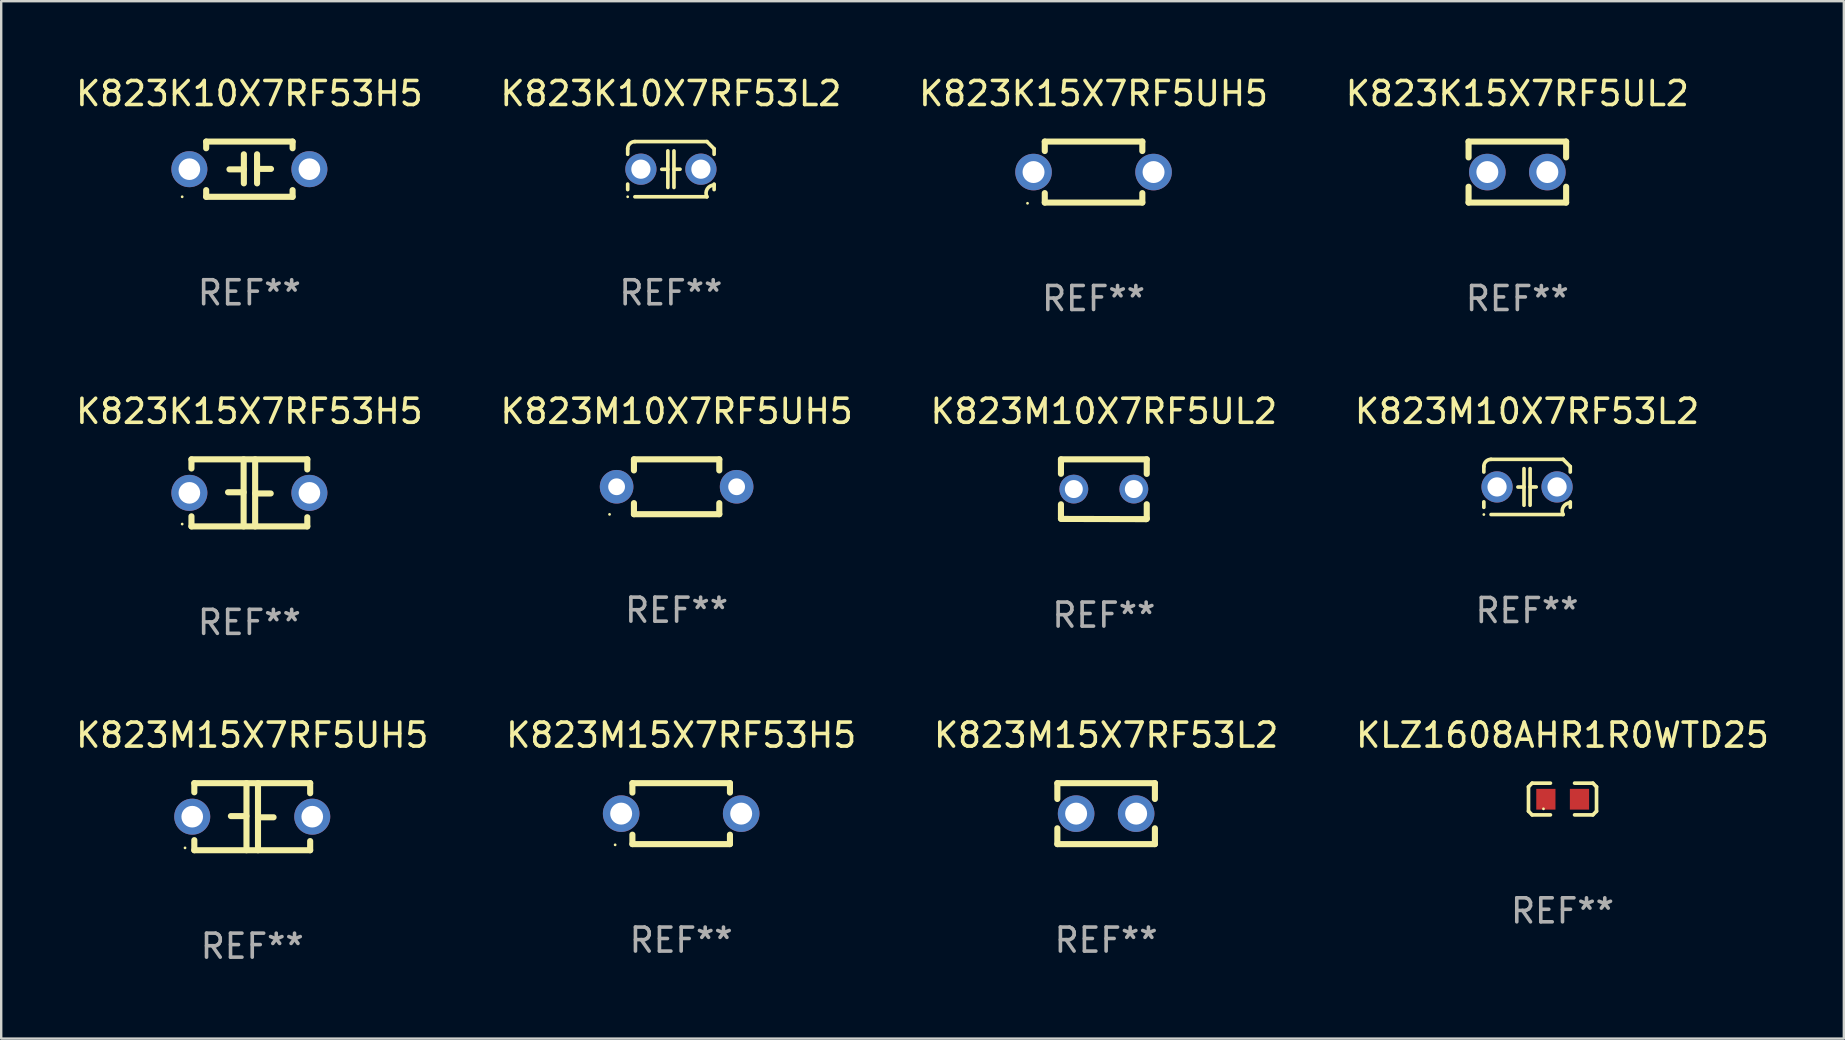
<source format=kicad_pcb>
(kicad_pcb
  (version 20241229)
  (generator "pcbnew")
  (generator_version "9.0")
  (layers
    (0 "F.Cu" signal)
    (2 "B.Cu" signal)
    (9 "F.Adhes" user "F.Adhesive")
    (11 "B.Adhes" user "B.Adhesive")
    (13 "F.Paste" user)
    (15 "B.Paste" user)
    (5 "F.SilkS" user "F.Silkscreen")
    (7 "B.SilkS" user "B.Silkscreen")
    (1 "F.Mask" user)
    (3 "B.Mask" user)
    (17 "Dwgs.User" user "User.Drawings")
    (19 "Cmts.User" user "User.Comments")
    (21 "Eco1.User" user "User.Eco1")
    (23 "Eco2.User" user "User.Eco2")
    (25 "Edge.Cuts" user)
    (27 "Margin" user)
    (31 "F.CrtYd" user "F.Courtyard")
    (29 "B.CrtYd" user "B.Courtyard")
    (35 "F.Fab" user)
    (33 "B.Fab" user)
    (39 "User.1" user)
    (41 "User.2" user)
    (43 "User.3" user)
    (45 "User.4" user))
  (footprint "K823K15X7RF53H5"
    (layer "F.Cu")
    (at 7.339 17.482)
    (property "Reference" "K823K15X7RF53H5" (at 0 -3.397 0) (layer "F.SilkS") (effects (font (size 1 1) (thickness 0.15))))
    (attr through_hole)
    (fp_line (start -2.413 -1.397) (end 2.413 -1.397) (stroke (width 0.254) (type solid)) (layer "F.SilkS"))
    (fp_line (start -2.413 -1.016) (end -2.413 -1.397) (stroke (width 0.254) (type solid)) (layer "F.SilkS"))
    (fp_line (start -2.413 0.977) (end -2.413 1.397) (stroke (width 0.254) (type solid)) (layer "F.SilkS"))
    (fp_line (start -0.24 -0.025) (end -0.889 -0.025) (stroke (width 0.254) (type solid)) (layer "F.SilkS"))
    (fp_line (start -0.24 1.397) (end -0.24 -1.397) (stroke (width 0.254) (type solid)) (layer "F.SilkS"))
    (fp_line (start 0.24 -1.397) (end 0.24 1.397) (stroke (width 0.254) (type solid)) (layer "F.SilkS"))
    (fp_line (start 0.24 0.025) (end 0.889 0.025) (stroke (width 0.254) (type solid)) (layer "F.SilkS"))
    (fp_line (start 2.413 -0.977) (end 2.413 -1.397) (stroke (width 0.254) (type solid)) (layer "F.SilkS"))
    (fp_line (start 2.413 1.016) (end 2.413 1.397) (stroke (width 0.254) (type solid)) (layer "F.SilkS"))
    (fp_line (start 2.413 1.397) (end -2.413 1.397) (stroke (width 0.254) (type solid)) (layer "F.SilkS"))
    (fp_circle (center -2.8 1.3) (end -2.77 1.3) (stroke (width 0.06) (type solid)) (fill no) (layer "F.SilkS"))
    (fp_text user "REF**" (at 0 5.397 0) (layer "F.Fab") (effects (font (size 1 1) (thickness 0.15))))
    (pad "1" thru_hole circle (at -2.5 0) (size 1.5 1.5) (drill 0.9) (layers "*.Cu" "*.Mask"))
    (pad "2" thru_hole circle (at 2.5 0) (size 1.5 1.5) (drill 0.9) (layers "*.Cu" "*.Mask")))
  (footprint "K823M15X7RF53H5"
    (layer "F.Cu")
    (at 25.327 30.845)
    (property "Reference" "K823M15X7RF53H5" (at 0 -3.27 0) (layer "F.SilkS") (effects (font (size 1 1) (thickness 0.15))))
    (attr through_hole)
    (fp_line (start -2.032 -1.27) (end -2.032 -0.876) (stroke (width 0.254) (type solid)) (layer "F.SilkS"))
    (fp_line (start -2.032 0.876) (end -2.032 1.27) (stroke (width 0.254) (type solid)) (layer "F.SilkS"))
    (fp_line (start -2.032 1.27) (end 2.032 1.27) (stroke (width 0.254) (type solid)) (layer "F.SilkS"))
    (fp_line (start 2.032 -1.27) (end -2.032 -1.27) (stroke (width 0.254) (type solid)) (layer "F.SilkS"))
    (fp_line (start 2.032 -0.876) (end 2.032 -1.27) (stroke (width 0.254) (type solid)) (layer "F.SilkS"))
    (fp_line (start 2.032 1.27) (end 2.032 0.876) (stroke (width 0.254) (type solid)) (layer "F.SilkS"))
    (fp_circle (center -2.751 1.3) (end -2.721 1.3) (stroke (width 0.06) (type solid)) (fill no) (layer "F.SilkS"))
    (fp_text user "REF**" (at 0 5.27 0) (layer "F.Fab") (effects (font (size 1 1) (thickness 0.15))))
    (pad "1" thru_hole circle (at -2.5 0) (size 1.524 1.524) (drill 0.914) (layers "*.Cu" "*.Mask"))
    (pad "2" thru_hole circle (at 2.5 0) (size 1.524 1.524) (drill 0.914) (layers "*.Cu" "*.Mask")))
  (footprint "K823K15X7RF5UH5"
    (layer "F.Cu")
    (at 42.506 4.118)
    (property "Reference" "K823K15X7RF5UH5" (at 0 -3.27 0) (layer "F.SilkS") (effects (font (size 1 1) (thickness 0.15))))
    (attr through_hole)
    (fp_line (start -2.032 -1.27) (end -2.032 -0.876) (stroke (width 0.254) (type solid)) (layer "F.SilkS"))
    (fp_line (start -2.032 0.876) (end -2.032 1.27) (stroke (width 0.254) (type solid)) (layer "F.SilkS"))
    (fp_line (start -2.032 1.27) (end 2.032 1.27) (stroke (width 0.254) (type solid)) (layer "F.SilkS"))
    (fp_line (start 2.032 -1.27) (end -2.032 -1.27) (stroke (width 0.254) (type solid)) (layer "F.SilkS"))
    (fp_line (start 2.032 -0.876) (end 2.032 -1.27) (stroke (width 0.254) (type solid)) (layer "F.SilkS"))
    (fp_line (start 2.032 1.27) (end 2.032 0.876) (stroke (width 0.254) (type solid)) (layer "F.SilkS"))
    (fp_circle (center -2.751 1.3) (end -2.721 1.3) (stroke (width 0.06) (type solid)) (fill no) (layer "F.SilkS"))
    (fp_text user "REF**" (at 0 5.27 0) (layer "F.Fab") (effects (font (size 1 1) (thickness 0.15))))
    (pad "1" thru_hole circle (at -2.5 0) (size 1.524 1.524) (drill 0.914) (layers "*.Cu" "*.Mask"))
    (pad "2" thru_hole circle (at 2.5 0) (size 1.524 1.524) (drill 0.914) (layers "*.Cu" "*.Mask")))
  (footprint "K823K10X7RF53L2"
    (layer "F.Cu")
    (at 24.899 3.998)
    (property "Reference" "K823K10X7RF53L2" (at 0 -3.15 0) (layer "F.SilkS") (effects (font (size 1 1) (thickness 0.15))))
    (attr through_hole)
    (fp_line (start -1.8 -0.621) (end -1.8 -0.85) (stroke (width 0.152) (type solid)) (layer "F.SilkS"))
    (fp_line (start -1.8 0.85) (end -1.8 0.621) (stroke (width 0.152) (type solid)) (layer "F.SilkS"))
    (fp_line (start -1.5 -1.15) (end 1.5 -1.15) (stroke (width 0.152) (type solid)) (layer "F.SilkS"))
    (fp_line (start -0.127 -0.762) (end -0.127 0.762) (stroke (width 0.152) (type solid)) (layer "F.SilkS"))
    (fp_line (start -0.127 0.005) (end -0.381 0.005) (stroke (width 0.152) (type solid)) (layer "F.SilkS"))
    (fp_line (start 0.127 -0.762) (end 0.127 0.762) (stroke (width 0.152) (type solid)) (layer "F.SilkS"))
    (fp_line (start 0.127 0.002) (end 0.381 0.002) (stroke (width 0.152) (type solid)) (layer "F.SilkS"))
    (fp_line (start 1.5 1.15) (end -1.5 1.15) (stroke (width 0.152) (type solid)) (layer "F.SilkS"))
    (fp_line (start 1.8 -0.85) (end 1.8 -0.621) (stroke (width 0.152) (type solid)) (layer "F.SilkS"))
    (fp_line (start 1.8 0.621) (end 1.8 0.85) (stroke (width 0.152) (type solid)) (layer "F.SilkS"))
    (fp_arc (start -1.799975 -0.849987) (mid -1.712107 -1.062119) (end -1.499975 -1.149987) (stroke (width 0.151994) (type solid)) (layer "F.SilkS"))
    (fp_arc (start 1.499975 1.149987) (mid 1.513726 0.822359) (end 1.799975 0.662387) (stroke (width 0.151994) (type solid)) (layer "F.SilkS"))
    (fp_arc (start 1.500001 -1.149986) (mid 1.650015 -1.000001) (end 1.8 -0.849987) (stroke (width 0.151994) (type solid)) (layer "F.SilkS"))
    (fp_circle (center -1.8 1.15) (end -1.77 1.15) (stroke (width 0.06) (type solid)) (fill no) (layer "F.SilkS"))
    (fp_text user "REF**" (at 0 5.15 0) (layer "F.Fab") (effects (font (size 1 1) (thickness 0.15))))
    (pad "1" thru_hole circle (at -1.25 0) (size 1.3 1.3) (drill 0.8) (layers "*.Cu" "*.Mask"))
    (pad "2" thru_hole circle (at 1.25 0) (size 1.3 1.3) (drill 0.8) (layers "*.Cu" "*.Mask")))
  (footprint "K823M15X7RF53L2"
    (layer "F.Cu")
    (at 43.03 30.845)
    (property "Reference" "K823M15X7RF53L2" (at 0 -3.27 0) (layer "F.SilkS") (effects (font (size 1 1) (thickness 0.15))))
    (attr through_hole)
    (fp_line (start -2.032 -1.27) (end -2.032 -0.611) (stroke (width 0.254) (type solid)) (layer "F.SilkS"))
    (fp_line (start -2.032 0.611) (end -2.032 1.27) (stroke (width 0.254) (type solid)) (layer "F.SilkS"))
    (fp_line (start -2.032 1.27) (end 2.032 1.27) (stroke (width 0.254) (type solid)) (layer "F.SilkS"))
    (fp_line (start 2.032 -1.27) (end -2.032 -1.27) (stroke (width 0.254) (type solid)) (layer "F.SilkS"))
    (fp_line (start 2.032 -0.611) (end 2.032 -1.27) (stroke (width 0.254) (type solid)) (layer "F.SilkS"))
    (fp_line (start 2.032 1.27) (end 2.032 0.611) (stroke (width 0.254) (type solid)) (layer "F.SilkS"))
    (fp_circle (center -2 1.3) (end -1.97 1.3) (stroke (width 0.06) (type solid)) (fill no) (layer "F.SilkS"))
    (fp_text user "REF**" (at 0 5.27 0) (layer "F.Fab") (effects (font (size 1 1) (thickness 0.15))))
    (pad "1" thru_hole circle (at -1.25 0) (size 1.524 1.524) (drill 0.914) (layers "*.Cu" "*.Mask"))
    (pad "2" thru_hole circle (at 1.25 0) (size 1.524 1.524) (drill 0.914) (layers "*.Cu" "*.Mask")))
  (footprint "K823M15X7RF5UH5"
    (layer "F.Cu")
    (at 7.458 30.972)
    (property "Reference" "K823M15X7RF5UH5" (at 0 -3.397 0) (layer "F.SilkS") (effects (font (size 1 1) (thickness 0.15))))
    (attr through_hole)
    (fp_line (start -2.413 -1.397) (end 2.413 -1.397) (stroke (width 0.254) (type solid)) (layer "F.SilkS"))
    (fp_line (start -2.413 -1.016) (end -2.413 -1.397) (stroke (width 0.254) (type solid)) (layer "F.SilkS"))
    (fp_line (start -2.413 0.977) (end -2.413 1.397) (stroke (width 0.254) (type solid)) (layer "F.SilkS"))
    (fp_line (start -0.24 -0.025) (end -0.889 -0.025) (stroke (width 0.254) (type solid)) (layer "F.SilkS"))
    (fp_line (start -0.24 1.397) (end -0.24 -1.397) (stroke (width 0.254) (type solid)) (layer "F.SilkS"))
    (fp_line (start 0.24 -1.397) (end 0.24 1.397) (stroke (width 0.254) (type solid)) (layer "F.SilkS"))
    (fp_line (start 0.24 0.025) (end 0.889 0.025) (stroke (width 0.254) (type solid)) (layer "F.SilkS"))
    (fp_line (start 2.413 -0.977) (end 2.413 -1.397) (stroke (width 0.254) (type solid)) (layer "F.SilkS"))
    (fp_line (start 2.413 1.016) (end 2.413 1.397) (stroke (width 0.254) (type solid)) (layer "F.SilkS"))
    (fp_line (start 2.413 1.397) (end -2.413 1.397) (stroke (width 0.254) (type solid)) (layer "F.SilkS"))
    (fp_circle (center -2.8 1.3) (end -2.77 1.3) (stroke (width 0.06) (type solid)) (fill no) (layer "F.SilkS"))
    (fp_text user "REF**" (at 0 5.397 0) (layer "F.Fab") (effects (font (size 1 1) (thickness 0.15))))
    (pad "1" thru_hole circle (at -2.5 0) (size 1.5 1.5) (drill 0.9) (layers "*.Cu" "*.Mask"))
    (pad "2" thru_hole circle (at 2.5 0) (size 1.5 1.5) (drill 0.9) (layers "*.Cu" "*.Mask")))
  (footprint "K823M10X7RF5UH5"
    (layer "F.Cu")
    (at 25.137 17.228)
    (property "Reference" "K823M10X7RF5UH5" (at 0 -3.143 0) (layer "F.SilkS") (effects (font (size 1 1) (thickness 0.15))))
    (attr through_hole)
    (fp_line (start -1.778 -1.143) (end 1.778 -1.143) (stroke (width 0.254) (type solid)) (layer "F.SilkS"))
    (fp_line (start -1.778 -0.681) (end -1.778 -1.143) (stroke (width 0.254) (type solid)) (layer "F.SilkS"))
    (fp_line (start -1.778 1.143) (end -1.778 0.681) (stroke (width 0.254) (type solid)) (layer "F.SilkS"))
    (fp_line (start 1.778 -1.143) (end 1.778 -0.681) (stroke (width 0.254) (type solid)) (layer "F.SilkS"))
    (fp_line (start 1.778 0.681) (end 1.778 1.143) (stroke (width 0.254) (type solid)) (layer "F.SilkS"))
    (fp_line (start 1.778 1.143) (end -1.778 1.143) (stroke (width 0.254) (type solid)) (layer "F.SilkS"))
    (fp_circle (center -2.794 1.15) (end -2.764 1.15) (stroke (width 0.06) (type solid)) (fill no) (layer "F.SilkS"))
    (fp_text user "REF**" (at 0 5.143 0) (layer "F.Fab") (effects (font (size 1 1) (thickness 0.15))))
    (pad "1" thru_hole circle (at -2.5 0) (size 1.4 1.4) (drill 0.7) (layers "*.Cu" "*.Mask"))
    (pad "2" thru_hole circle (at 2.5 0) (size 1.4 1.4) (drill 0.7) (layers "*.Cu" "*.Mask")))
  (footprint "KLZ1608AHR1R0WTD25"
    (layer "F.Cu")
    (at 62.042 30.236)
    (property "Reference" "KLZ1608AHR1R0WTD25" (at 0 -2.661 0) (layer "F.SilkS") (effects (font (size 1 1) (thickness 0.15))))
    (attr through_hole)
    (fp_line (start -1.417 -0.508) (end -1.265 -0.661) (stroke (width 0.152) (type solid)) (layer "F.SilkS"))
    (fp_line (start -1.417 0.508) (end -1.417 -0.508) (stroke (width 0.152) (type solid)) (layer "F.SilkS"))
    (fp_line (start -1.265 -0.661) (end -0.503 -0.661) (stroke (width 0.152) (type solid)) (layer "F.SilkS"))
    (fp_line (start -1.265 0.661) (end -1.417 0.508) (stroke (width 0.152) (type solid)) (layer "F.SilkS"))
    (fp_line (start -1.265 0.661) (end -0.503 0.661) (stroke (width 0.152) (type solid)) (layer "F.SilkS"))
    (fp_line (start 1.265 -0.661) (end 0.503 -0.661) (stroke (width 0.152) (type solid)) (layer "F.SilkS"))
    (fp_line (start 1.265 -0.661) (end 1.417 -0.508) (stroke (width 0.152) (type solid)) (layer "F.SilkS"))
    (fp_line (start 1.265 0.661) (end 0.503 0.661) (stroke (width 0.152) (type solid)) (layer "F.SilkS"))
    (fp_line (start 1.417 -0.508) (end 1.417 0.508) (stroke (width 0.152) (type solid)) (layer "F.SilkS"))
    (fp_line (start 1.417 0.508) (end 1.265 0.661) (stroke (width 0.152) (type solid)) (layer "F.SilkS"))
    (fp_circle (center -0.793 0.409) (end -0.763 0.409) (stroke (width 0.06) (type solid)) (fill no) (layer "F.SilkS"))
    (fp_text user "REF**" (at 0 4.661 0) (layer "F.Fab") (effects (font (size 1 1) (thickness 0.15))))
    (pad "1" smd rect (at -0.693 0.009 180) (size 0.8 0.864) (layers "F.Cu" "F.Mask" "F.Paste"))
    (pad "2" smd rect (at 0.707 0.009 180) (size 0.8 0.864) (layers "F.Cu" "F.Mask" "F.Paste")))
  (footprint "K823M10X7RF53L2"
    (layer "F.Cu")
    (at 60.565 17.235)
    (property "Reference" "K823M10X7RF53L2" (at 0 -3.15 0) (layer "F.SilkS") (effects (font (size 1 1) (thickness 0.15))))
    (attr through_hole)
    (fp_line (start -1.8 -0.621) (end -1.8 -0.85) (stroke (width 0.152) (type solid)) (layer "F.SilkS"))
    (fp_line (start -1.8 0.85) (end -1.8 0.621) (stroke (width 0.152) (type solid)) (layer "F.SilkS"))
    (fp_line (start -1.5 -1.15) (end 1.5 -1.15) (stroke (width 0.152) (type solid)) (layer "F.SilkS"))
    (fp_line (start -0.127 -0.762) (end -0.127 0.762) (stroke (width 0.152) (type solid)) (layer "F.SilkS"))
    (fp_line (start -0.127 0.005) (end -0.381 0.005) (stroke (width 0.152) (type solid)) (layer "F.SilkS"))
    (fp_line (start 0.127 -0.762) (end 0.127 0.762) (stroke (width 0.152) (type solid)) (layer "F.SilkS"))
    (fp_line (start 0.127 0.002) (end 0.381 0.002) (stroke (width 0.152) (type solid)) (layer "F.SilkS"))
    (fp_line (start 1.5 1.15) (end -1.5 1.15) (stroke (width 0.152) (type solid)) (layer "F.SilkS"))
    (fp_line (start 1.8 -0.85) (end 1.8 -0.621) (stroke (width 0.152) (type solid)) (layer "F.SilkS"))
    (fp_line (start 1.8 0.621) (end 1.8 0.85) (stroke (width 0.152) (type solid)) (layer "F.SilkS"))
    (fp_arc (start -1.799975 -0.849987) (mid -1.712107 -1.062119) (end -1.499975 -1.149987) (stroke (width 0.151994) (type solid)) (layer "F.SilkS"))
    (fp_arc (start 1.499975 1.149987) (mid 1.513726 0.822359) (end 1.799975 0.662387) (stroke (width 0.151994) (type solid)) (layer "F.SilkS"))
    (fp_arc (start 1.500001 -1.149986) (mid 1.650015 -1.000001) (end 1.8 -0.849987) (stroke (width 0.151994) (type solid)) (layer "F.SilkS"))
    (fp_circle (center -1.8 1.15) (end -1.77 1.15) (stroke (width 0.06) (type solid)) (fill no) (layer "F.SilkS"))
    (fp_text user "REF**" (at 0 5.15 0) (layer "F.Fab") (effects (font (size 1 1) (thickness 0.15))))
    (pad "1" thru_hole circle (at -1.25 0) (size 1.3 1.3) (drill 0.8) (layers "*.Cu" "*.Mask"))
    (pad "2" thru_hole circle (at 1.25 0) (size 1.3 1.3) (drill 0.8) (layers "*.Cu" "*.Mask")))
  (footprint "K823K10X7RF53H5"
    (layer "F.Cu")
    (at 7.339 3.998)
    (property "Reference" "K823K10X7RF53H5" (at 0 -3.15 0) (layer "F.SilkS") (effects (font (size 1 1) (thickness 0.15))))
    (attr through_hole)
    (fp_line (start -1.8 -1.15) (end -1.8 -0.872) (stroke (width 0.254) (type solid)) (layer "F.SilkS"))
    (fp_line (start -1.8 -1.15) (end 1.8 -1.15) (stroke (width 0.254) (type solid)) (layer "F.SilkS"))
    (fp_line (start -1.8 0.872) (end -1.8 1.15) (stroke (width 0.254) (type solid)) (layer "F.SilkS"))
    (fp_line (start -1.8 1.15) (end 1.8 1.15) (stroke (width 0.254) (type solid)) (layer "F.SilkS"))
    (fp_line (start -0.23 -0.62) (end -0.23 0.59) (stroke (width 0.254) (type solid)) (layer "F.SilkS"))
    (fp_line (start -0.23 0.007) (end -0.83 0.007) (stroke (width 0.254) (type solid)) (layer "F.SilkS"))
    (fp_line (start 0.32 -0.62) (end 0.32 0.59) (stroke (width 0.254) (type solid)) (layer "F.SilkS"))
    (fp_line (start 0.32 -0.012) (end 0.9 -0.012) (stroke (width 0.254) (type solid)) (layer "F.SilkS"))
    (fp_line (start 1.8 -1.15) (end 1.8 -0.872) (stroke (width 0.254) (type solid)) (layer "F.SilkS"))
    (fp_line (start 1.8 0.872) (end 1.8 1.15) (stroke (width 0.254) (type solid)) (layer "F.SilkS"))
    (fp_circle (center -2.8 1.15) (end -2.77 1.15) (stroke (width 0.06) (type solid)) (fill no) (layer "F.SilkS"))
    (fp_text user "REF**" (at 0 5.15 0) (layer "F.Fab") (effects (font (size 1 1) (thickness 0.15))))
    (pad "1" thru_hole circle (at -2.5 0) (size 1.5 1.5) (drill 0.9) (layers "*.Cu" "*.Mask"))
    (pad "2" thru_hole circle (at 2.5 0) (size 1.5 1.5) (drill 0.9) (layers "*.Cu" "*.Mask")))
  (footprint "K823K15X7RF5UL2"
    (layer "F.Cu")
    (at 60.161 4.118)
    (property "Reference" "K823K15X7RF5UL2" (at 0 -3.27 0) (layer "F.SilkS") (effects (font (size 1 1) (thickness 0.15))))
    (attr through_hole)
    (fp_line (start -2.032 -1.27) (end -2.032 -0.611) (stroke (width 0.254) (type solid)) (layer "F.SilkS"))
    (fp_line (start -2.032 0.611) (end -2.032 1.27) (stroke (width 0.254) (type solid)) (layer "F.SilkS"))
    (fp_line (start -2.032 1.27) (end 2.032 1.27) (stroke (width 0.254) (type solid)) (layer "F.SilkS"))
    (fp_line (start 2.032 -1.27) (end -2.032 -1.27) (stroke (width 0.254) (type solid)) (layer "F.SilkS"))
    (fp_line (start 2.032 -0.611) (end 2.032 -1.27) (stroke (width 0.254) (type solid)) (layer "F.SilkS"))
    (fp_line (start 2.032 1.27) (end 2.032 0.611) (stroke (width 0.254) (type solid)) (layer "F.SilkS"))
    (fp_circle (center -2 1.3) (end -1.97 1.3) (stroke (width 0.06) (type solid)) (fill no) (layer "F.SilkS"))
    (fp_text user "REF**" (at 0 5.27 0) (layer "F.Fab") (effects (font (size 1 1) (thickness 0.15))))
    (pad "1" thru_hole circle (at -1.25 0) (size 1.524 1.524) (drill 0.914) (layers "*.Cu" "*.Mask"))
    (pad "2" thru_hole circle (at 1.25 0) (size 1.524 1.524) (drill 0.914) (layers "*.Cu" "*.Mask")))
  (footprint "K823M10X7RF5UL2"
    (layer "F.Cu")
    (at 42.935 17.331)
    (property "Reference" "K823M10X7RF5UL2" (at 0 -3.246 0) (layer "F.SilkS") (effects (font (size 1 1) (thickness 0.15))))
    (attr through_hole)
    (fp_line (start -1.787 -1.246) (end -1.787 -0.642) (stroke (width 0.254) (type solid)) (layer "F.SilkS"))
    (fp_line (start -1.787 0.627) (end -1.787 1.228) (stroke (width 0.254) (type solid)) (layer "F.SilkS"))
    (fp_line (start -1.787 1.228) (end -1.75 1.237) (stroke (width 0.254) (type solid)) (layer "F.SilkS"))
    (fp_line (start -1.75 1.237) (end 1.759 1.246) (stroke (width 0.254) (type solid)) (layer "F.SilkS"))
    (fp_line (start 1.759 1.246) (end 1.787 1.218) (stroke (width 0.254) (type solid)) (layer "F.SilkS"))
    (fp_line (start 1.787 -1.246) (end -1.787 -1.246) (stroke (width 0.254) (type solid)) (layer "F.SilkS"))
    (fp_line (start 1.787 -0.639) (end 1.787 -1.246) (stroke (width 0.254) (type solid)) (layer "F.SilkS"))
    (fp_line (start 1.787 1.237) (end 1.787 0.625) (stroke (width 0.254) (type solid)) (layer "F.SilkS"))
    (fp_circle (center -1.801 1.243) (end -1.771 1.243) (stroke (width 0.06) (type solid)) (fill no) (layer "F.SilkS"))
    (fp_text user "REF**" (at 0 5.246 0) (layer "F.Fab") (effects (font (size 1 1) (thickness 0.15))))
    (pad "1" thru_hole circle (at -1.251 -0.007) (size 1.2 1.2) (drill 0.75) (layers "*.Cu" "*.Mask"))
    (pad "2" thru_hole circle (at 1.249 -0.007) (size 1.2 1.2) (drill 0.75) (layers "*.Cu" "*.Mask")))
  (gr_rect
    (start -3 -3)
    (end 73.762 40.218)
    (stroke (width 0.1) (type default))
    (fill no)
    (layer "Edge.Cuts")))
</source>
